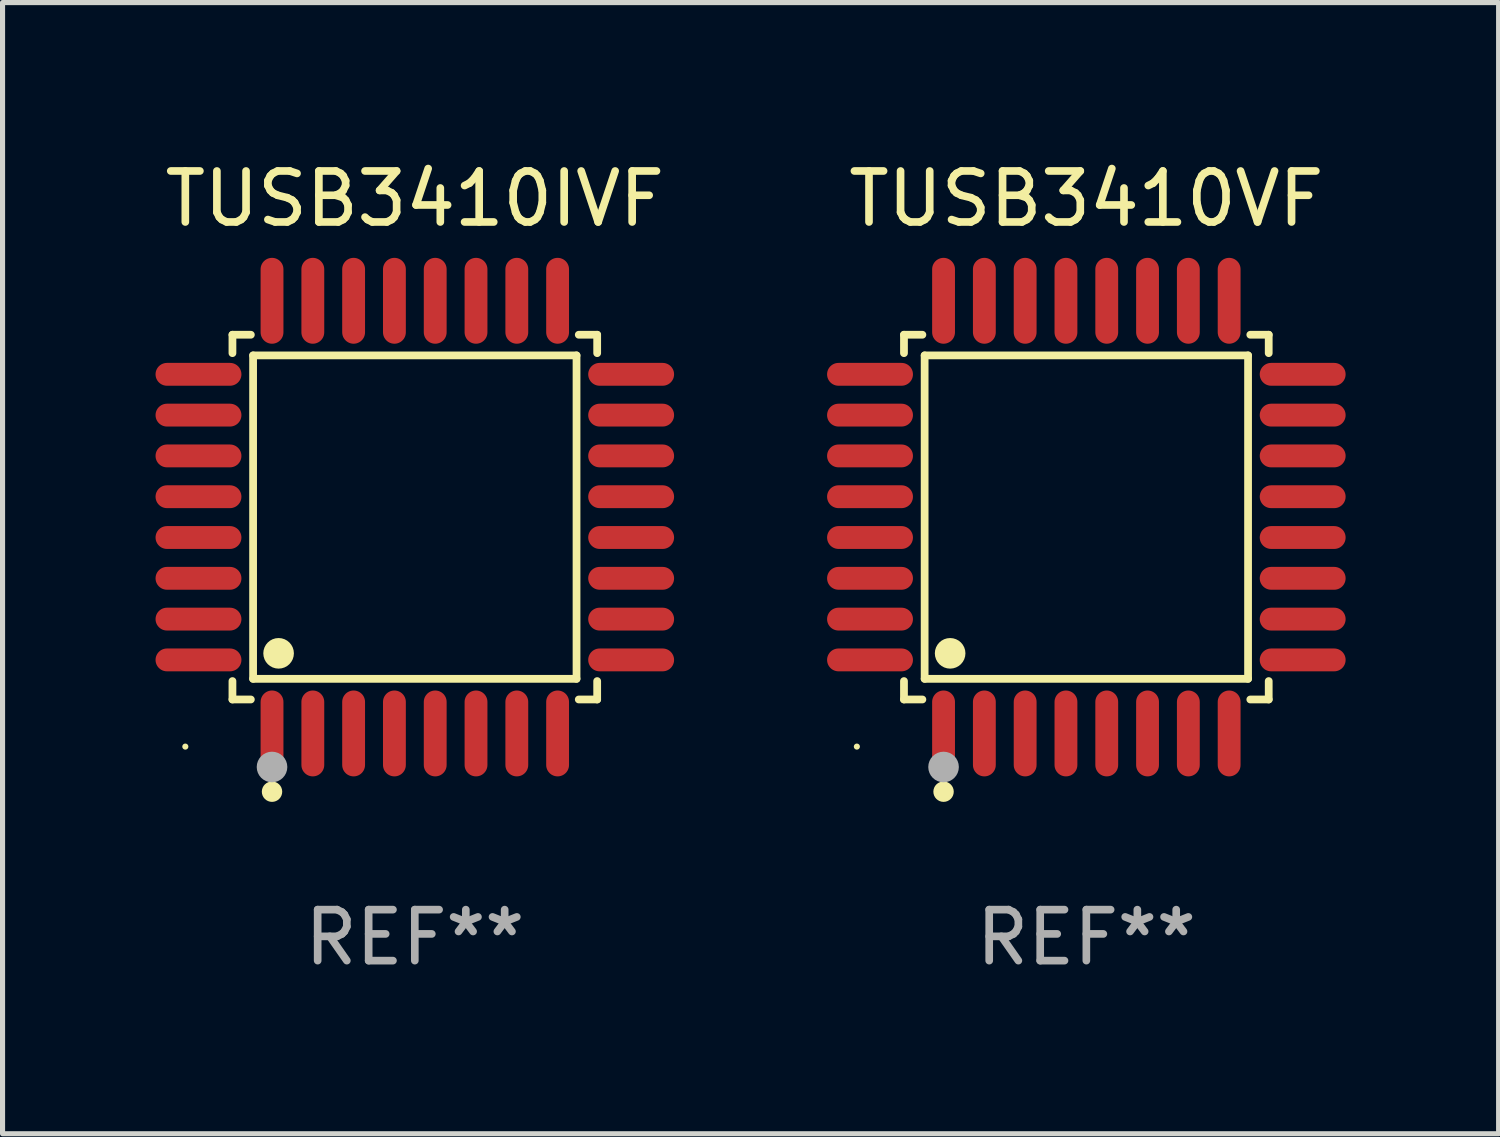
<source format=kicad_pcb>
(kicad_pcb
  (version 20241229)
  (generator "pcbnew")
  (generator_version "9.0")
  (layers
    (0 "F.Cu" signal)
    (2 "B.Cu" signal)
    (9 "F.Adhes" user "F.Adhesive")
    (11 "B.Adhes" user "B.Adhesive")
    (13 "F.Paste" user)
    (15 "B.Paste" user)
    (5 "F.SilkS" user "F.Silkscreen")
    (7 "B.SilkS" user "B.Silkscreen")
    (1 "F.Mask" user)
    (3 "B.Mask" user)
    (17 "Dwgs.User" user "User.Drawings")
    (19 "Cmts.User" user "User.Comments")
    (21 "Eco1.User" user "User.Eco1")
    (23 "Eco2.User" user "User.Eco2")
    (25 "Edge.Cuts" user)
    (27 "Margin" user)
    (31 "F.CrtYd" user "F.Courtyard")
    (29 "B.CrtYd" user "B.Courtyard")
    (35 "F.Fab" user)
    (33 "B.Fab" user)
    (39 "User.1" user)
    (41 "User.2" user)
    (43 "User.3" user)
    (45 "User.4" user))
  (footprint "TUSB3410VF"
    (layer "F.Cu")
    (at 18.252 7.09)
    (property "Reference" "TUSB3410VF" (at 0 -6.242 0) (layer "F.SilkS") (effects (font (size 1 1) (thickness 0.15))))
    (attr through_hole)
    (fp_line (start -3.576 -3.576) (end -3.215 -3.576) (stroke (width 0.152) (type solid)) (layer "F.SilkS"))
    (fp_line (start -3.576 -3.215) (end -3.576 -3.576) (stroke (width 0.152) (type solid)) (layer "F.SilkS"))
    (fp_line (start -3.576 3.215) (end -3.576 3.576) (stroke (width 0.152) (type solid)) (layer "F.SilkS"))
    (fp_line (start -3.576 3.576) (end -3.215 3.576) (stroke (width 0.152) (type solid)) (layer "F.SilkS"))
    (fp_line (start -3.171 -3.171) (end 3.171 -3.171) (stroke (width 0.152) (type solid)) (layer "F.SilkS"))
    (fp_line (start -3.171 3.171) (end -3.171 -3.171) (stroke (width 0.152) (type solid)) (layer "F.SilkS"))
    (fp_line (start 3.171 -3.171) (end 3.171 3.171) (stroke (width 0.152) (type solid)) (layer "F.SilkS"))
    (fp_line (start 3.171 3.171) (end -3.171 3.171) (stroke (width 0.152) (type solid)) (layer "F.SilkS"))
    (fp_line (start 3.576 -3.576) (end 3.215 -3.576) (stroke (width 0.152) (type solid)) (layer "F.SilkS"))
    (fp_line (start 3.576 -3.215) (end 3.576 -3.576) (stroke (width 0.152) (type solid)) (layer "F.SilkS"))
    (fp_line (start 3.576 3.215) (end 3.576 3.576) (stroke (width 0.152) (type solid)) (layer "F.SilkS"))
    (fp_line (start 3.576 3.576) (end 3.215 3.576) (stroke (width 0.152) (type solid)) (layer "F.SilkS"))
    (fp_circle (center -4.5 4.5) (end -4.47 4.5) (stroke (width 0.06) (type solid)) (fill no) (layer "F.SilkS"))
    (fp_circle (center -2.8 5.384) (end -2.7 5.384) (stroke (width 0.2) (type solid)) (fill no) (layer "F.SilkS"))
    (fp_circle (center -2.671 2.671) (end -2.521 2.671) (stroke (width 0.3) (type solid)) (fill no) (layer "F.SilkS"))
    (fp_circle (center -2.8 4.9) (end -2.65 4.9) (stroke (width 0.3) (type solid)) (fill no) (layer "F.Fab"))
    (fp_text user "REF**" (at 0 8.242 0) (layer "F.Fab") (effects (font (size 1 1) (thickness 0.15))))
    (pad "1" smd oval (at -2.8 4.242) (size 0.448 1.684) (layers "F.Cu" "F.Mask" "F.Paste"))
    (pad "2" smd oval (at -2 4.242) (size 0.448 1.684) (layers "F.Cu" "F.Mask" "F.Paste"))
    (pad "3" smd oval (at -1.2 4.242) (size 0.448 1.684) (layers "F.Cu" "F.Mask" "F.Paste"))
    (pad "4" smd oval (at -0.4 4.242) (size 0.448 1.684) (layers "F.Cu" "F.Mask" "F.Paste"))
    (pad "5" smd oval (at 0.4 4.242) (size 0.448 1.684) (layers "F.Cu" "F.Mask" "F.Paste"))
    (pad "6" smd oval (at 1.2 4.242) (size 0.448 1.684) (layers "F.Cu" "F.Mask" "F.Paste"))
    (pad "7" smd oval (at 2 4.242) (size 0.448 1.684) (layers "F.Cu" "F.Mask" "F.Paste"))
    (pad "8" smd oval (at 2.8 4.242) (size 0.448 1.684) (layers "F.Cu" "F.Mask" "F.Paste"))
    (pad "9" smd oval (at 4.242 2.8) (size 1.684 0.448) (layers "F.Cu" "F.Mask" "F.Paste"))
    (pad "10" smd oval (at 4.242 2) (size 1.684 0.448) (layers "F.Cu" "F.Mask" "F.Paste"))
    (pad "11" smd oval (at 4.242 1.2) (size 1.684 0.448) (layers "F.Cu" "F.Mask" "F.Paste"))
    (pad "12" smd oval (at 4.242 0.4) (size 1.684 0.448) (layers "F.Cu" "F.Mask" "F.Paste"))
    (pad "13" smd oval (at 4.242 -0.4) (size 1.684 0.448) (layers "F.Cu" "F.Mask" "F.Paste"))
    (pad "14" smd oval (at 4.242 -1.2) (size 1.684 0.448) (layers "F.Cu" "F.Mask" "F.Paste"))
    (pad "15" smd oval (at 4.242 -2) (size 1.684 0.448) (layers "F.Cu" "F.Mask" "F.Paste"))
    (pad "16" smd oval (at 4.242 -2.8) (size 1.684 0.448) (layers "F.Cu" "F.Mask" "F.Paste"))
    (pad "17" smd oval (at 2.8 -4.242) (size 0.448 1.684) (layers "F.Cu" "F.Mask" "F.Paste"))
    (pad "18" smd oval (at 2 -4.242) (size 0.448 1.684) (layers "F.Cu" "F.Mask" "F.Paste"))
    (pad "19" smd oval (at 1.2 -4.242) (size 0.448 1.684) (layers "F.Cu" "F.Mask" "F.Paste"))
    (pad "20" smd oval (at 0.4 -4.242) (size 0.448 1.684) (layers "F.Cu" "F.Mask" "F.Paste"))
    (pad "21" smd oval (at -0.4 -4.242) (size 0.448 1.684) (layers "F.Cu" "F.Mask" "F.Paste"))
    (pad "22" smd oval (at -1.2 -4.242) (size 0.448 1.684) (layers "F.Cu" "F.Mask" "F.Paste"))
    (pad "23" smd oval (at -2 -4.242) (size 0.448 1.684) (layers "F.Cu" "F.Mask" "F.Paste"))
    (pad "24" smd oval (at -2.8 -4.242) (size 0.448 1.684) (layers "F.Cu" "F.Mask" "F.Paste"))
    (pad "25" smd oval (at -4.242 -2.8) (size 1.684 0.448) (layers "F.Cu" "F.Mask" "F.Paste"))
    (pad "26" smd oval (at -4.242 -2) (size 1.684 0.448) (layers "F.Cu" "F.Mask" "F.Paste"))
    (pad "27" smd oval (at -4.242 -1.2) (size 1.684 0.448) (layers "F.Cu" "F.Mask" "F.Paste"))
    (pad "28" smd oval (at -4.242 -0.4) (size 1.684 0.448) (layers "F.Cu" "F.Mask" "F.Paste"))
    (pad "29" smd oval (at -4.242 0.4) (size 1.684 0.448) (layers "F.Cu" "F.Mask" "F.Paste"))
    (pad "30" smd oval (at -4.242 1.2) (size 1.684 0.448) (layers "F.Cu" "F.Mask" "F.Paste"))
    (pad "31" smd oval (at -4.242 2) (size 1.684 0.448) (layers "F.Cu" "F.Mask" "F.Paste"))
    (pad "32" smd oval (at -4.242 2.8) (size 1.684 0.448) (layers "F.Cu" "F.Mask" "F.Paste")))
  (footprint "TUSB3410IVF"
    (layer "F.Cu")
    (at 5.084 7.09)
    (property "Reference" "TUSB3410IVF" (at 0 -6.242 0) (layer "F.SilkS") (effects (font (size 1 1) (thickness 0.15))))
    (attr through_hole)
    (fp_line (start -3.576 -3.576) (end -3.215 -3.576) (stroke (width 0.152) (type solid)) (layer "F.SilkS"))
    (fp_line (start -3.576 -3.215) (end -3.576 -3.576) (stroke (width 0.152) (type solid)) (layer "F.SilkS"))
    (fp_line (start -3.576 3.215) (end -3.576 3.576) (stroke (width 0.152) (type solid)) (layer "F.SilkS"))
    (fp_line (start -3.576 3.576) (end -3.215 3.576) (stroke (width 0.152) (type solid)) (layer "F.SilkS"))
    (fp_line (start -3.171 -3.171) (end 3.171 -3.171) (stroke (width 0.152) (type solid)) (layer "F.SilkS"))
    (fp_line (start -3.171 3.171) (end -3.171 -3.171) (stroke (width 0.152) (type solid)) (layer "F.SilkS"))
    (fp_line (start 3.171 -3.171) (end 3.171 3.171) (stroke (width 0.152) (type solid)) (layer "F.SilkS"))
    (fp_line (start 3.171 3.171) (end -3.171 3.171) (stroke (width 0.152) (type solid)) (layer "F.SilkS"))
    (fp_line (start 3.576 -3.576) (end 3.215 -3.576) (stroke (width 0.152) (type solid)) (layer "F.SilkS"))
    (fp_line (start 3.576 -3.215) (end 3.576 -3.576) (stroke (width 0.152) (type solid)) (layer "F.SilkS"))
    (fp_line (start 3.576 3.215) (end 3.576 3.576) (stroke (width 0.152) (type solid)) (layer "F.SilkS"))
    (fp_line (start 3.576 3.576) (end 3.215 3.576) (stroke (width 0.152) (type solid)) (layer "F.SilkS"))
    (fp_circle (center -4.5 4.5) (end -4.47 4.5) (stroke (width 0.06) (type solid)) (fill no) (layer "F.SilkS"))
    (fp_circle (center -2.8 5.384) (end -2.7 5.384) (stroke (width 0.2) (type solid)) (fill no) (layer "F.SilkS"))
    (fp_circle (center -2.671 2.671) (end -2.521 2.671) (stroke (width 0.3) (type solid)) (fill no) (layer "F.SilkS"))
    (fp_circle (center -2.8 4.9) (end -2.65 4.9) (stroke (width 0.3) (type solid)) (fill no) (layer "F.Fab"))
    (fp_text user "REF**" (at 0 8.242 0) (layer "F.Fab") (effects (font (size 1 1) (thickness 0.15))))
    (pad "1" smd oval (at -2.8 4.242) (size 0.448 1.684) (layers "F.Cu" "F.Mask" "F.Paste"))
    (pad "2" smd oval (at -2 4.242) (size 0.448 1.684) (layers "F.Cu" "F.Mask" "F.Paste"))
    (pad "3" smd oval (at -1.2 4.242) (size 0.448 1.684) (layers "F.Cu" "F.Mask" "F.Paste"))
    (pad "4" smd oval (at -0.4 4.242) (size 0.448 1.684) (layers "F.Cu" "F.Mask" "F.Paste"))
    (pad "5" smd oval (at 0.4 4.242) (size 0.448 1.684) (layers "F.Cu" "F.Mask" "F.Paste"))
    (pad "6" smd oval (at 1.2 4.242) (size 0.448 1.684) (layers "F.Cu" "F.Mask" "F.Paste"))
    (pad "7" smd oval (at 2 4.242) (size 0.448 1.684) (layers "F.Cu" "F.Mask" "F.Paste"))
    (pad "8" smd oval (at 2.8 4.242) (size 0.448 1.684) (layers "F.Cu" "F.Mask" "F.Paste"))
    (pad "9" smd oval (at 4.242 2.8) (size 1.684 0.448) (layers "F.Cu" "F.Mask" "F.Paste"))
    (pad "10" smd oval (at 4.242 2) (size 1.684 0.448) (layers "F.Cu" "F.Mask" "F.Paste"))
    (pad "11" smd oval (at 4.242 1.2) (size 1.684 0.448) (layers "F.Cu" "F.Mask" "F.Paste"))
    (pad "12" smd oval (at 4.242 0.4) (size 1.684 0.448) (layers "F.Cu" "F.Mask" "F.Paste"))
    (pad "13" smd oval (at 4.242 -0.4) (size 1.684 0.448) (layers "F.Cu" "F.Mask" "F.Paste"))
    (pad "14" smd oval (at 4.242 -1.2) (size 1.684 0.448) (layers "F.Cu" "F.Mask" "F.Paste"))
    (pad "15" smd oval (at 4.242 -2) (size 1.684 0.448) (layers "F.Cu" "F.Mask" "F.Paste"))
    (pad "16" smd oval (at 4.242 -2.8) (size 1.684 0.448) (layers "F.Cu" "F.Mask" "F.Paste"))
    (pad "17" smd oval (at 2.8 -4.242) (size 0.448 1.684) (layers "F.Cu" "F.Mask" "F.Paste"))
    (pad "18" smd oval (at 2 -4.242) (size 0.448 1.684) (layers "F.Cu" "F.Mask" "F.Paste"))
    (pad "19" smd oval (at 1.2 -4.242) (size 0.448 1.684) (layers "F.Cu" "F.Mask" "F.Paste"))
    (pad "20" smd oval (at 0.4 -4.242) (size 0.448 1.684) (layers "F.Cu" "F.Mask" "F.Paste"))
    (pad "21" smd oval (at -0.4 -4.242) (size 0.448 1.684) (layers "F.Cu" "F.Mask" "F.Paste"))
    (pad "22" smd oval (at -1.2 -4.242) (size 0.448 1.684) (layers "F.Cu" "F.Mask" "F.Paste"))
    (pad "23" smd oval (at -2 -4.242) (size 0.448 1.684) (layers "F.Cu" "F.Mask" "F.Paste"))
    (pad "24" smd oval (at -2.8 -4.242) (size 0.448 1.684) (layers "F.Cu" "F.Mask" "F.Paste"))
    (pad "25" smd oval (at -4.242 -2.8) (size 1.684 0.448) (layers "F.Cu" "F.Mask" "F.Paste"))
    (pad "26" smd oval (at -4.242 -2) (size 1.684 0.448) (layers "F.Cu" "F.Mask" "F.Paste"))
    (pad "27" smd oval (at -4.242 -1.2) (size 1.684 0.448) (layers "F.Cu" "F.Mask" "F.Paste"))
    (pad "28" smd oval (at -4.242 -0.4) (size 1.684 0.448) (layers "F.Cu" "F.Mask" "F.Paste"))
    (pad "29" smd oval (at -4.242 0.4) (size 1.684 0.448) (layers "F.Cu" "F.Mask" "F.Paste"))
    (pad "30" smd oval (at -4.242 1.2) (size 1.684 0.448) (layers "F.Cu" "F.Mask" "F.Paste"))
    (pad "31" smd oval (at -4.242 2) (size 1.684 0.448) (layers "F.Cu" "F.Mask" "F.Paste"))
    (pad "32" smd oval (at -4.242 2.8) (size 1.684 0.448) (layers "F.Cu" "F.Mask" "F.Paste")))
  (gr_rect
    (start -3 -3)
    (end 26.336 19.181)
    (stroke (width 0.1) (type default))
    (fill no)
    (layer "Edge.Cuts")))
</source>
